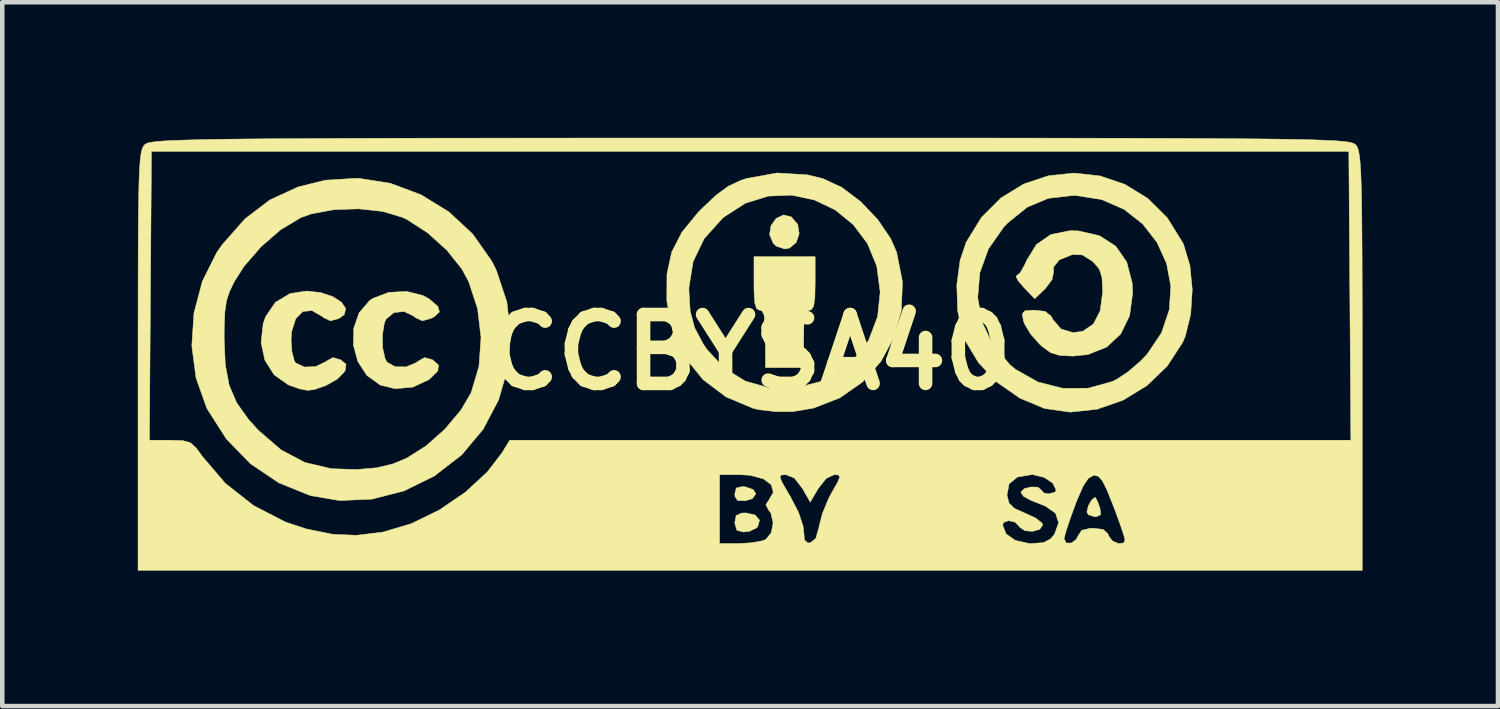
<source format=kicad_pcb>
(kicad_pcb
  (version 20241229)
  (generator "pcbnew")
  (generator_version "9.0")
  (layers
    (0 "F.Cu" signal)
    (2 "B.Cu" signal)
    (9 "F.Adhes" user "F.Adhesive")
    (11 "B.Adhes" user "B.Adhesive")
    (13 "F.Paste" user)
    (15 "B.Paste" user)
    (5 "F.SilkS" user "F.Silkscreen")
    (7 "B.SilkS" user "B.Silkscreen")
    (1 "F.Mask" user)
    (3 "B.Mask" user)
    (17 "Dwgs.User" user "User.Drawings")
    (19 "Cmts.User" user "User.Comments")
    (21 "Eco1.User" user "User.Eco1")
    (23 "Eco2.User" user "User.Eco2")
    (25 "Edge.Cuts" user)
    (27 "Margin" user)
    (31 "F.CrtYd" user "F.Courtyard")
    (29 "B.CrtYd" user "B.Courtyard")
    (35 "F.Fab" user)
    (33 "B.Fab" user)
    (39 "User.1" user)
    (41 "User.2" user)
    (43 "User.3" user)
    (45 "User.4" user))
  (footprint "CCBYSA40"
    (layer "F.Cu")
    (at 13.552 4.746)
    (property "Reference" "CCBYSA40" (at 0 0 0) (layer "F.SilkS") (effects (font (size 1.524 1.524) (thickness 0.3))))
    (attr through_hole)
    (fp_poly (pts (xy -0.106 2.979) (xy 0.073 3.041) (xy 0.127 3.133) (xy 0.051 3.239) (xy -0.106 3.286) (xy -0.277 3.282) (xy -0.336 3.19) (xy -0.339 3.133) (xy -0.307 3.004) (xy -0.18 2.973) (xy -0.106 2.979)) (stroke (width 0.01) (type solid)) (fill yes) (layer "F.SilkS"))
    (fp_poly (pts (xy 7.647 3.22) (xy 7.698 3.324) (xy 7.742 3.45) (xy 7.76 3.595) (xy 7.663 3.64) (xy 7.626 3.641) (xy 7.486 3.598) (xy 7.452 3.535) (xy 7.487 3.395) (xy 7.561 3.266) (xy 7.633 3.212) (xy 7.647 3.22)) (stroke (width 0.01) (type solid)) (fill yes) (layer "F.SilkS"))
    (fp_poly (pts (xy 0.112 3.602) (xy 0.208 3.717) (xy 0.167 3.861) (xy 0.146 3.884) (xy -0.01 3.961) (xy -0.144 3.979) (xy -0.293 3.94) (xy -0.338 3.791) (xy -0.339 3.768) (xy -0.31 3.614) (xy -0.19 3.56) (xy -0.094 3.556) (xy 0.112 3.602)) (stroke (width 0.01) (type solid)) (fill yes) (layer "F.SilkS"))
    (fp_poly (pts (xy 0.91 -2.997) (xy 1.053 -2.83) (xy 1.085 -2.622) (xy 1.019 -2.428) (xy 0.867 -2.304) (xy 0.762 -2.286) (xy 0.583 -2.347) (xy 0.512 -2.408) (xy 0.431 -2.603) (xy 0.462 -2.802) (xy 0.575 -2.962) (xy 0.739 -3.039) (xy 0.91 -2.997)) (stroke (width 0.01) (type solid)) (fill yes) (layer "F.SilkS"))
    (fp_poly (pts (xy 1.439 -1.524) (xy 1.432 -1.202) (xy 1.405 -1.018) (xy 1.352 -0.94) (xy 1.312 -0.931) (xy 1.245 -0.898) (xy 1.206 -0.778) (xy 1.188 -0.54) (xy 1.185 -0.296) (xy 1.185 0.339) (xy 0.339 0.339) (xy 0.339 -0.296) (xy 0.332 -0.631) (xy 0.308 -0.828) (xy 0.26 -0.917) (xy 0.212 -0.931) (xy 0.143 -0.966) (xy 0.103 -1.092) (xy 0.087 -1.338) (xy 0.085 -1.524) (xy 0.085 -2.117) (xy 1.439 -2.117) (xy 1.439 -1.524)) (stroke (width 0.01) (type solid)) (fill yes) (layer "F.SilkS"))
    (fp_poly (pts (xy -7.242 -1.257) (xy -7.104 -1.18) (xy -6.913 -1.016) (xy -6.876 -0.893) (xy -6.992 -0.785) (xy -7.069 -0.747) (xy -7.255 -0.696) (xy -7.408 -0.767) (xy -7.447 -0.801) (xy -7.662 -0.903) (xy -7.885 -0.877) (xy -8.055 -0.737) (xy -8.093 -0.656) (xy -8.139 -0.385) (xy -8.133 -0.092) (xy -8.077 0.148) (xy -8.035 0.221) (xy -7.856 0.321) (xy -7.616 0.324) (xy -7.392 0.232) (xy -7.359 0.205) (xy -7.206 0.118) (xy -7.035 0.165) (xy -7.029 0.168) (xy -6.896 0.283) (xy -6.914 0.416) (xy -7.088 0.587) (xy -7.119 0.611) (xy -7.463 0.771) (xy -7.854 0.807) (xy -8.185 0.727) (xy -8.484 0.511) (xy -8.684 0.202) (xy -8.781 -0.159) (xy -8.773 -0.53) (xy -8.655 -0.872) (xy -8.424 -1.142) (xy -8.352 -1.192) (xy -7.998 -1.325) (xy -7.606 -1.347) (xy -7.242 -1.257)) (stroke (width 0.01) (type solid)) (fill yes) (layer "F.SilkS"))
    (fp_poly (pts (xy -9.502 -1.32) (xy -9.235 -1.231) (xy -9.044 -1.107) (xy -8.951 -0.967) (xy -8.982 -0.833) (xy -9.103 -0.746) (xy -9.289 -0.696) (xy -9.44 -0.766) (xy -9.468 -0.791) (xy -9.698 -0.923) (xy -9.901 -0.902) (xy -10.058 -0.742) (xy -10.147 -0.458) (xy -10.16 -0.265) (xy -10.14 -0.005) (xy -10.088 0.189) (xy -10.058 0.237) (xy -9.864 0.327) (xy -9.617 0.317) (xy -9.398 0.212) (xy -9.391 0.205) (xy -9.235 0.118) (xy -9.065 0.166) (xy -8.943 0.265) (xy -8.962 0.397) (xy -8.98 0.434) (xy -9.133 0.59) (xy -9.381 0.733) (xy -9.65 0.827) (xy -9.797 0.843) (xy -9.977 0.808) (xy -10.207 0.727) (xy -10.222 0.721) (xy -10.535 0.5) (xy -10.74 0.176) (xy -10.824 -0.214) (xy -10.777 -0.633) (xy -10.722 -0.79) (xy -10.505 -1.107) (xy -10.182 -1.299) (xy -9.82 -1.355) (xy -9.502 -1.32)) (stroke (width 0.01) (type solid)) (fill yes) (layer "F.SilkS"))
    (fp_poly (pts (xy 7.264 -2.686) (xy 7.731 -2.58) (xy 8.091 -2.348) (xy 8.335 -1.996) (xy 8.455 -1.535) (xy 8.466 -1.312) (xy 8.398 -0.809) (xy 8.202 -0.405) (xy 7.89 -0.114) (xy 7.475 0.051) (xy 7.141 0.085) (xy 6.849 0.07) (xy 6.646 0.007) (xy 6.455 -0.134) (xy 6.394 -0.191) (xy 6.204 -0.408) (xy 6.072 -0.629) (xy 6.047 -0.699) (xy 6.024 -0.852) (xy 6.082 -0.917) (xy 6.261 -0.931) (xy 6.3 -0.931) (xy 6.529 -0.905) (xy 6.659 -0.801) (xy 6.705 -0.718) (xy 6.881 -0.515) (xy 7.143 -0.435) (xy 7.362 -0.464) (xy 7.598 -0.625) (xy 7.748 -0.919) (xy 7.802 -1.333) (xy 7.802 -1.373) (xy 7.786 -1.66) (xy 7.726 -1.844) (xy 7.598 -1.993) (xy 7.571 -2.017) (xy 7.35 -2.155) (xy 7.136 -2.162) (xy 7.122 -2.158) (xy 6.842 -2.045) (xy 6.715 -1.886) (xy 6.715 -1.769) (xy 6.682 -1.607) (xy 6.537 -1.414) (xy 6.526 -1.403) (xy 6.298 -1.185) (xy 6.054 -1.439) (xy 5.924 -1.593) (xy 5.883 -1.684) (xy 5.898 -1.693) (xy 5.98 -1.765) (xy 6.081 -1.944) (xy 6.117 -2.028) (xy 6.335 -2.384) (xy 6.654 -2.605) (xy 7.072 -2.69) (xy 7.264 -2.686)) (stroke (width 0.01) (type solid)) (fill yes) (layer "F.SilkS"))
    (fp_poly (pts (xy 7.746 -3.902) (xy 8.294 -3.716) (xy 8.798 -3.407) (xy 9.232 -2.976) (xy 9.575 -2.422) (xy 9.594 -2.381) (xy 9.733 -1.92) (xy 9.785 -1.384) (xy 9.75 -0.84) (xy 9.631 -0.355) (xy 9.572 -0.218) (xy 9.231 0.307) (xy 8.781 0.739) (xy 8.252 1.062) (xy 7.675 1.262) (xy 7.078 1.325) (xy 6.515 1.244) (xy 5.968 1.015) (xy 5.468 0.667) (xy 5.054 0.231) (xy 4.761 -0.257) (xy 4.705 -0.401) (xy 4.592 -0.92) (xy 4.583 -1.206) (xy 5.037 -1.206) (xy 5.134 -0.665) (xy 5.373 -0.161) (xy 5.75 0.276) (xy 5.879 0.382) (xy 6.37 0.659) (xy 6.918 0.798) (xy 7.478 0.796) (xy 8.011 0.649) (xy 8.107 0.603) (xy 8.358 0.438) (xy 8.633 0.202) (xy 8.784 0.047) (xy 9.105 -0.431) (xy 9.277 -0.941) (xy 9.311 -1.459) (xy 9.217 -1.964) (xy 9.005 -2.431) (xy 8.688 -2.839) (xy 8.276 -3.163) (xy 7.779 -3.38) (xy 7.208 -3.469) (xy 7.136 -3.469) (xy 6.597 -3.406) (xy 6.131 -3.21) (xy 5.702 -2.864) (xy 5.613 -2.771) (xy 5.274 -2.287) (xy 5.082 -1.756) (xy 5.037 -1.206) (xy 4.583 -1.206) (xy 4.574 -1.488) (xy 4.647 -2.035) (xy 4.78 -2.433) (xy 5.121 -2.987) (xy 5.553 -3.417) (xy 6.055 -3.724) (xy 6.603 -3.907) (xy 7.174 -3.966) (xy 7.746 -3.902)) (stroke (width 0.01) (type solid)) (fill yes) (layer "F.SilkS"))
    (fp_poly (pts (xy 1.271 -3.926) (xy 1.609 -3.844) (xy 2.025 -3.651) (xy 2.443 -3.336) (xy 2.818 -2.944) (xy 3.109 -2.518) (xy 3.242 -2.213) (xy 3.371 -1.558) (xy 3.346 -0.922) (xy 3.182 -0.328) (xy 2.892 0.206) (xy 2.488 0.659) (xy 1.986 1.009) (xy 1.397 1.238) (xy 0.939 1.314) (xy 0.572 1.315) (xy 0.201 1.272) (xy 0.067 1.241) (xy -0.535 0.988) (xy -1.044 0.604) (xy -1.442 0.111) (xy -1.713 -0.471) (xy -1.842 -1.122) (xy -1.844 -1.153) (xy -1.843 -1.361) (xy -1.355 -1.361) (xy -1.327 -0.911) (xy -1.23 -0.545) (xy -1.038 -0.184) (xy -0.962 -0.07) (xy -0.577 0.35) (xy -0.106 0.639) (xy 0.423 0.789) (xy 0.981 0.797) (xy 1.54 0.653) (xy 1.786 0.538) (xy 2.273 0.187) (xy 2.619 -0.257) (xy 2.821 -0.789) (xy 2.878 -1.331) (xy 2.803 -1.904) (xy 2.597 -2.406) (xy 2.282 -2.825) (xy 1.882 -3.15) (xy 1.42 -3.371) (xy 0.92 -3.477) (xy 0.404 -3.456) (xy -0.104 -3.299) (xy -0.58 -2.993) (xy -0.614 -2.964) (xy -1.017 -2.515) (xy -1.261 -2.01) (xy -1.354 -1.437) (xy -1.355 -1.361) (xy -1.843 -1.361) (xy -1.841 -1.731) (xy -1.736 -2.217) (xy -1.51 -2.657) (xy -1.147 -3.1) (xy -1.06 -3.188) (xy -0.743 -3.485) (xy -0.475 -3.679) (xy -0.204 -3.805) (xy -0.085 -3.844) (xy 0.597 -3.968) (xy 1.271 -3.926)) (stroke (width 0.01) (type solid)) (fill yes) (layer "F.SilkS"))
    (fp_poly (pts (xy -7.964 -3.74) (xy -7.286 -3.487) (xy -6.669 -3.108) (xy -6.14 -2.616) (xy -5.724 -2.026) (xy -5.619 -1.818) (xy -5.384 -1.113) (xy -5.301 -0.38) (xy -5.364 0.353) (xy -5.568 1.057) (xy -5.909 1.704) (xy -6.379 2.266) (xy -6.39 2.277) (xy -6.994 2.742) (xy -7.662 3.069) (xy -8.37 3.251) (xy -9.09 3.282) (xy -9.735 3.172) (xy -10.432 2.89) (xy -11.06 2.466) (xy -11.593 1.917) (xy -12.011 1.263) (xy -12.027 1.233) (xy -12.264 0.567) (xy -12.357 -0.146) (xy -12.347 -0.296) (xy -11.641 -0.296) (xy -11.616 0.275) (xy -11.53 0.731) (xy -11.363 1.12) (xy -11.098 1.492) (xy -10.882 1.729) (xy -10.381 2.161) (xy -9.855 2.439) (xy -9.268 2.577) (xy -8.709 2.595) (xy -8.265 2.557) (xy -7.907 2.471) (xy -7.598 2.342) (xy -7.17 2.071) (xy -6.755 1.701) (xy -6.402 1.282) (xy -6.174 0.894) (xy -6.002 0.313) (xy -5.956 -0.324) (xy -6.033 -0.966) (xy -6.229 -1.562) (xy -6.378 -1.84) (xy -6.709 -2.256) (xy -7.137 -2.642) (xy -7.595 -2.938) (xy -7.69 -2.984) (xy -8.133 -3.117) (xy -8.662 -3.174) (xy -9.21 -3.156) (xy -9.711 -3.063) (xy -9.948 -2.978) (xy -10.389 -2.713) (xy -10.825 -2.336) (xy -11.203 -1.899) (xy -11.415 -1.566) (xy -11.521 -1.348) (xy -11.588 -1.145) (xy -11.624 -0.906) (xy -11.639 -0.581) (xy -11.641 -0.296) (xy -12.347 -0.296) (xy -12.309 -0.87) (xy -12.124 -1.569) (xy -11.806 -2.206) (xy -11.684 -2.381) (xy -11.18 -2.952) (xy -10.629 -3.372) (xy -10.004 -3.659) (xy -9.397 -3.809) (xy -8.677 -3.852) (xy -7.964 -3.74)) (stroke (width 0.01) (type solid)) (fill yes) (layer "F.SilkS"))
    (fp_poly (pts (xy 1.768 -4.741) (xy 3.36 -4.741) (xy 4.798 -4.741) (xy 6.091 -4.74) (xy 7.245 -4.738) (xy 8.27 -4.737) (xy 9.173 -4.734) (xy 9.961 -4.731) (xy 10.644 -4.727) (xy 11.228 -4.722) (xy 11.721 -4.716) (xy 12.132 -4.709) (xy 12.468 -4.701) (xy 12.737 -4.691) (xy 12.947 -4.681) (xy 13.106 -4.668) (xy 13.222 -4.655) (xy 13.302 -4.639) (xy 13.355 -4.622) (xy 13.389 -4.603) (xy 13.407 -4.587) (xy 13.437 -4.541) (xy 13.463 -4.467) (xy 13.484 -4.352) (xy 13.502 -4.182) (xy 13.516 -3.944) (xy 13.527 -3.625) (xy 13.535 -3.21) (xy 13.54 -2.686) (xy 13.544 -2.041) (xy 13.546 -1.26) (xy 13.547 -0.329) (xy 13.547 0.197) (xy 13.547 4.826) (xy -13.547 4.826) (xy -13.547 1.947) (xy -13.295 1.947) (xy -12.832 1.947) (xy -12.56 1.955) (xy -12.392 2) (xy -12.26 2.117) (xy -12.119 2.312) (xy -11.613 2.903) (xy -10.99 3.393) (xy -10.284 3.757) (xy -9.821 3.91) (xy -9.242 4.028) (xy -8.715 4.051) (xy -8.153 3.984) (xy -8.119 3.978) (xy -7.501 3.794) (xy -6.881 3.492) (xy -6.305 3.1) (xy -5.882 2.709) (xy -0.677 2.709) (xy -0.677 4.233) (xy -0.248 4.233) (xy 0.036 4.216) (xy 0.27 4.173) (xy 0.344 4.146) (xy 0.468 3.996) (xy 0.508 3.774) (xy 0.458 3.559) (xy 0.406 3.488) (xy 0.348 3.373) (xy 0.406 3.285) (xy 0.513 3.1) (xy 0.469 2.933) (xy 0.294 2.802) (xy 0.133 2.758) (xy 0.66 2.758) (xy 0.7 2.868) (xy 0.82 3.077) (xy 0.891 3.196) (xy 1.072 3.546) (xy 1.172 3.849) (xy 1.185 3.964) (xy 1.204 4.157) (xy 1.276 4.221) (xy 1.333 4.217) (xy 1.453 4.121) (xy 1.523 3.877) (xy 1.528 3.846) (xy 1.533 3.825) (xy 5.588 3.825) (xy 5.665 4.021) (xy 5.871 4.165) (xy 6.169 4.231) (xy 6.234 4.233) (xy 6.493 4.212) (xy 6.652 4.129) (xy 6.654 4.128) (xy 6.948 4.128) (xy 6.995 4.222) (xy 7.107 4.223) (xy 7.219 4.142) (xy 7.257 4.064) (xy 7.337 3.942) (xy 7.519 3.897) (xy 7.595 3.895) (xy 7.815 3.922) (xy 7.919 4.02) (xy 7.934 4.064) (xy 8.016 4.175) (xy 8.149 4.234) (xy 8.264 4.222) (xy 8.297 4.156) (xy 8.269 4.046) (xy 8.193 3.82) (xy 8.083 3.519) (xy 8.034 3.389) (xy 7.899 3.051) (xy 7.796 2.846) (xy 7.708 2.746) (xy 7.617 2.724) (xy 7.6 2.726) (xy 7.488 2.788) (xy 7.374 2.956) (xy 7.241 3.256) (xy 7.191 3.387) (xy 7.078 3.698) (xy 6.993 3.955) (xy 6.95 4.111) (xy 6.948 4.128) (xy 6.654 4.128) (xy 6.736 4.026) (xy 6.828 3.774) (xy 6.758 3.561) (xy 6.532 3.403) (xy 6.495 3.389) (xy 6.208 3.275) (xy 6.053 3.19) (xy 5.998 3.116) (xy 5.997 3.087) (xy 6.071 3.017) (xy 6.22 2.981) (xy 6.368 2.986) (xy 6.435 3.042) (xy 6.435 3.042) (xy 6.506 3.116) (xy 6.604 3.133) (xy 6.742 3.1) (xy 6.773 3.054) (xy 6.698 2.897) (xy 6.511 2.771) (xy 6.269 2.71) (xy 6.233 2.709) (xy 5.917 2.761) (xy 5.732 2.912) (xy 5.685 3.157) (xy 5.687 3.177) (xy 5.732 3.343) (xy 5.852 3.458) (xy 6.091 3.564) (xy 6.096 3.565) (xy 6.319 3.67) (xy 6.456 3.776) (xy 6.477 3.821) (xy 6.408 3.92) (xy 6.251 3.964) (xy 6.078 3.949) (xy 5.965 3.87) (xy 5.959 3.858) (xy 5.863 3.76) (xy 5.721 3.727) (xy 5.609 3.767) (xy 5.588 3.825) (xy 1.533 3.825) (xy 1.6 3.567) (xy 1.731 3.249) (xy 1.806 3.107) (xy 1.936 2.879) (xy 1.983 2.761) (xy 1.954 2.716) (xy 1.863 2.709) (xy 1.686 2.79) (xy 1.509 3.013) (xy 1.33 3.316) (xy 1.156 3.013) (xy 0.978 2.783) (xy 0.791 2.709) (xy 0.79 2.709) (xy 0.692 2.716) (xy 0.66 2.758) (xy 0.133 2.758) (xy 0.006 2.724) (xy -0.218 2.709) (xy -0.677 2.709) (xy -5.882 2.709) (xy -5.815 2.647) (xy -5.495 2.23) (xy -5.32 1.947) (xy 13.295 1.947) (xy 13.273 -1.249) (xy 13.25 -4.445) (xy -13.25 -4.445) (xy -13.273 -1.249) (xy -13.295 1.947) (xy -13.547 1.947) (xy -13.547 0.182) (xy -13.546 -0.824) (xy -13.545 -1.675) (xy -13.543 -2.383) (xy -13.539 -2.963) (xy -13.533 -3.428) (xy -13.525 -3.791) (xy -13.513 -4.066) (xy -13.498 -4.267) (xy -13.479 -4.407) (xy -13.456 -4.5) (xy -13.428 -4.559) (xy -13.395 -4.598) (xy -13.392 -4.601) (xy -13.362 -4.62) (xy -13.311 -4.637) (xy -13.23 -4.652) (xy -13.112 -4.666) (xy -12.949 -4.678) (xy -12.733 -4.689) (xy -12.456 -4.698) (xy -12.111 -4.707) (xy -11.689 -4.714) (xy -11.183 -4.72) (xy -10.585 -4.725) (xy -9.888 -4.729) (xy -9.082 -4.733) (xy -8.162 -4.736) (xy -7.117 -4.738) (xy -5.942 -4.739) (xy -4.628 -4.74) (xy -3.167 -4.741) (xy -1.552 -4.741) (xy 0.015 -4.741) (xy 1.768 -4.741)) (stroke (width 0.01) (type solid)) (fill yes) (layer "F.SilkS")))
  (gr_rect
    (start -3 -3)
    (end 30.103 12.577)
    (stroke (width 0.1) (type default))
    (fill no)
    (layer "Edge.Cuts")))
</source>
